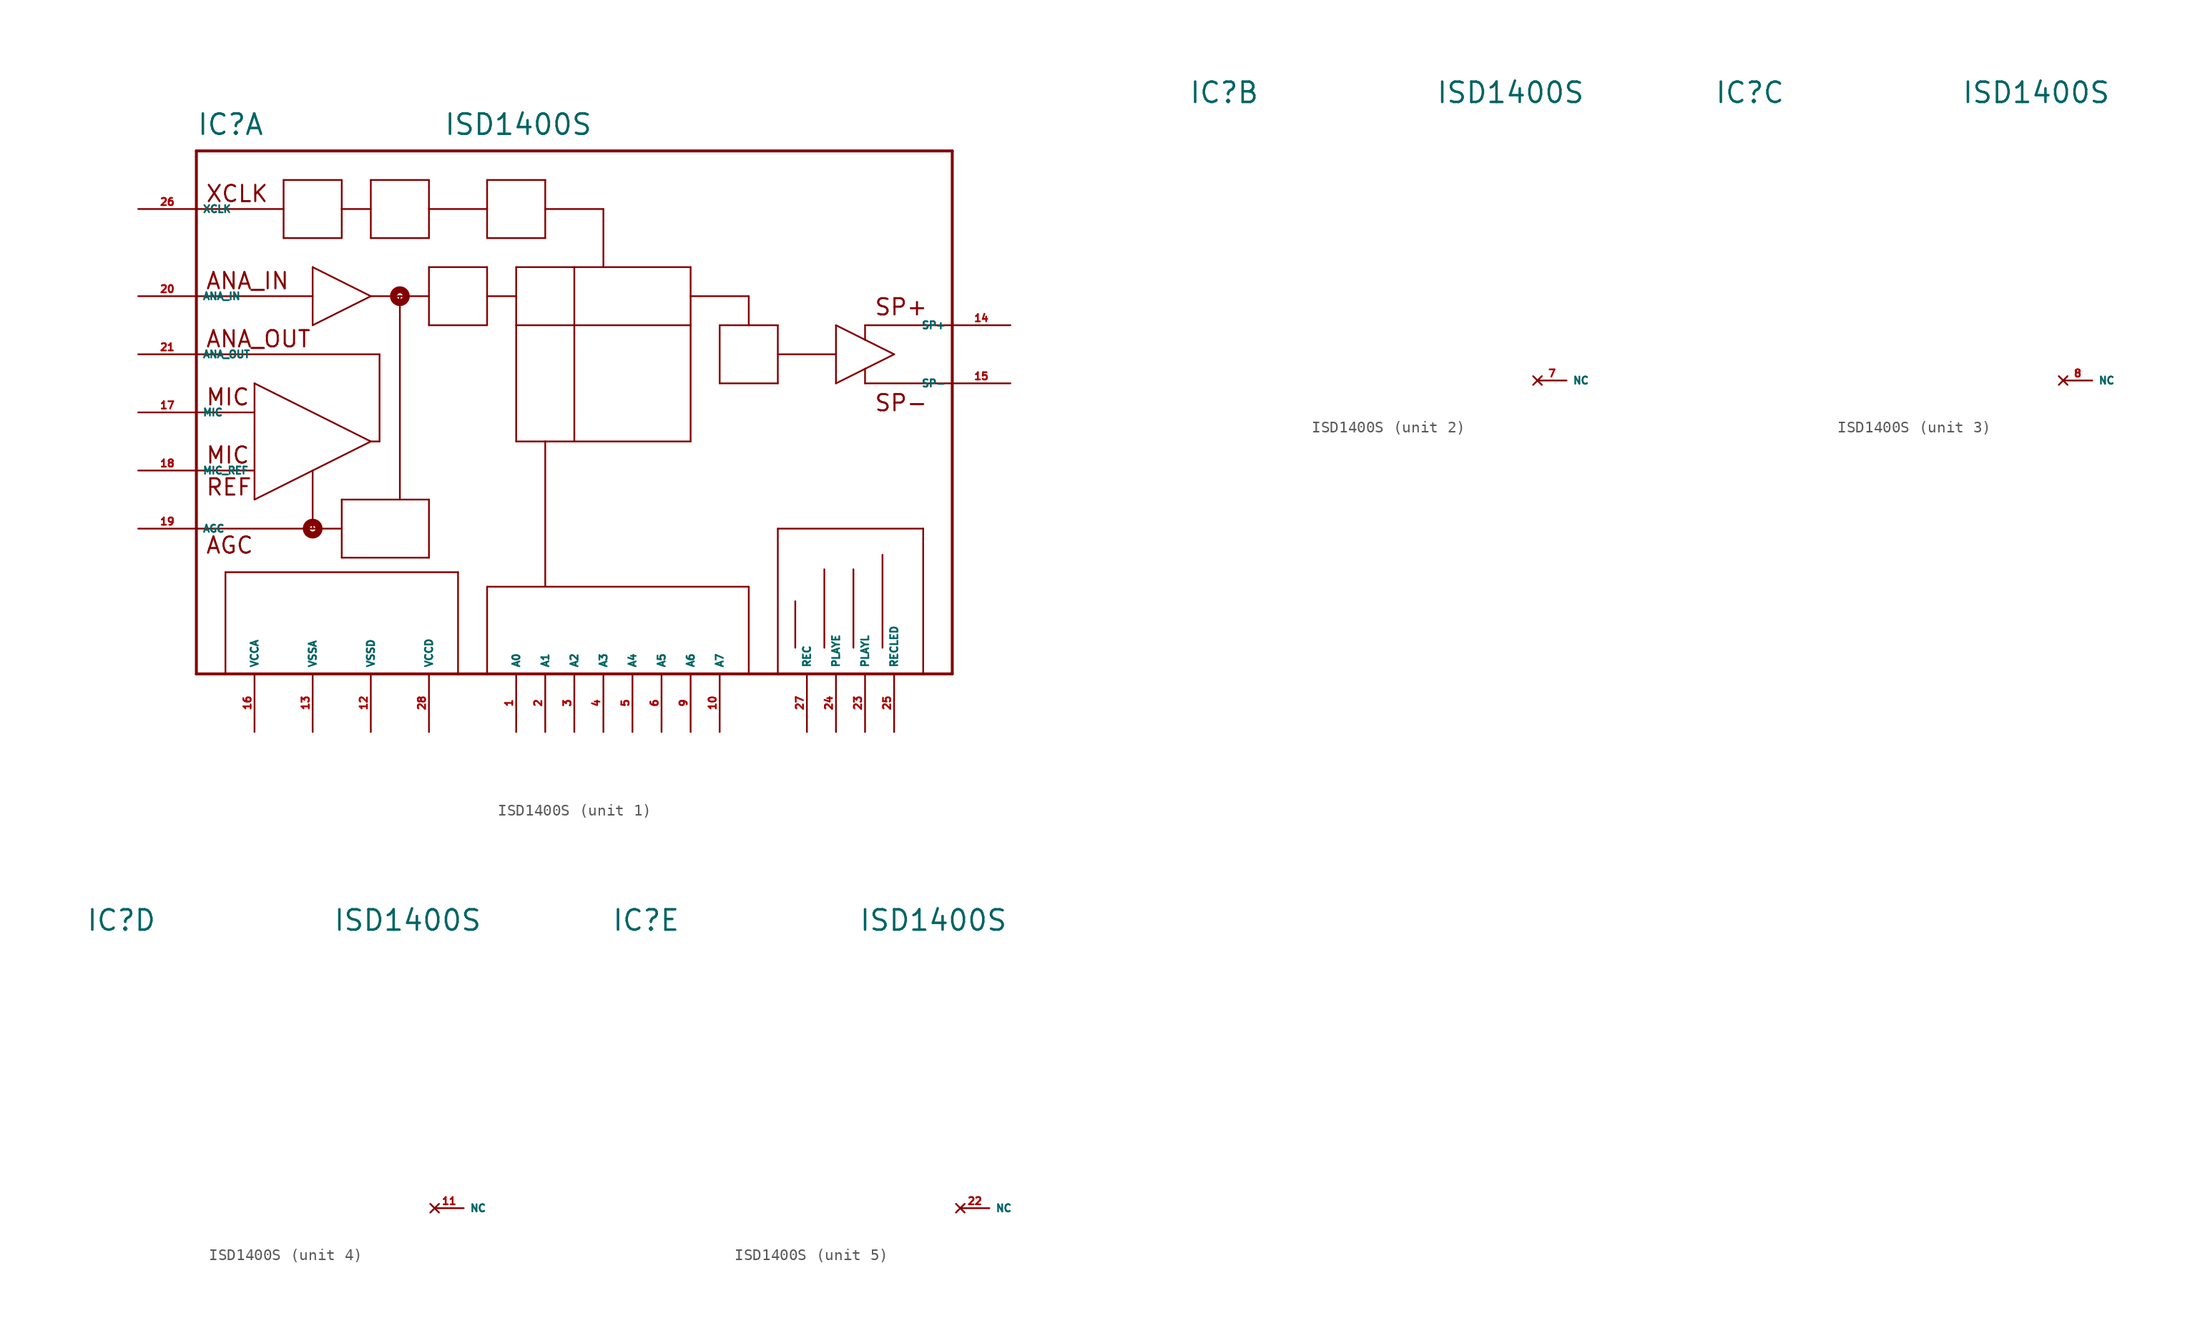
<source format=kicad_sym>
(kicad_symbol_lib
  (version 20220914)
  (generator Eagle2Kicad)
  (symbol "ISD1400S"
    (property "Reference" "IC"
      (at -33.02 24.13 0)
      (effects (font (size 1.778 1.778) (thickness 0.22)) (justify left bottom)))
    (property "Value" "ISD1400S"
      (at -11.43 24.13 0)
      (effects (font (size 1.778 1.778) (thickness 0.22)) (justify left bottom)))
    (symbol "ISD1400S_1_0"
      (polyline (pts (xy -33.02 22.86) (xy -33.02 17.78)) (stroke (width 0.254) (type default)) (fill (type none)))
      (polyline (pts (xy -33.02 17.78) (xy -33.02 10.16)) (stroke (width 0.254) (type default)) (fill (type none)))
      (polyline (pts (xy -33.02 10.16) (xy -33.02 5.08)) (stroke (width 0.254) (type default)) (fill (type none)))
      (polyline (pts (xy -33.02 5.08) (xy -33.02 0)) (stroke (width 0.254) (type default)) (fill (type none)))
      (polyline (pts (xy -33.02 0) (xy -33.02 -5.08)) (stroke (width 0.254) (type default)) (fill (type none)))
      (polyline (pts (xy -33.02 -5.08) (xy -33.02 -10.16)) (stroke (width 0.254) (type default)) (fill (type none)))
      (polyline (pts (xy -33.02 -10.16) (xy -33.02 -22.86)) (stroke (width 0.254) (type default)) (fill (type none)))
      (polyline (pts (xy -33.02 -22.86) (xy -30.48 -22.86)) (stroke (width 0.254) (type default)) (fill (type none)))
      (polyline (pts (xy -30.48 -22.86) (xy -10.16 -22.86)) (stroke (width 0.254) (type default)) (fill (type none)))
      (polyline (pts (xy -10.16 -22.86) (xy -7.62 -22.86)) (stroke (width 0.254) (type default)) (fill (type none)))
      (polyline (pts (xy -7.62 -22.86) (xy 15.24 -22.86)) (stroke (width 0.254) (type default)) (fill (type none)))
      (polyline (pts (xy 15.24 -22.86) (xy 17.78 -22.86)) (stroke (width 0.254) (type default)) (fill (type none)))
      (polyline (pts (xy 17.78 -22.86) (xy 30.48 -22.86)) (stroke (width 0.254) (type default)) (fill (type none)))
      (polyline (pts (xy 30.48 -22.86) (xy 33.02 -22.86)) (stroke (width 0.254) (type default)) (fill (type none)))
      (polyline (pts (xy 33.02 -22.86) (xy 33.02 2.54)) (stroke (width 0.254) (type default)) (fill (type none)))
      (polyline (pts (xy 33.02 2.54) (xy 33.02 7.62)) (stroke (width 0.254) (type default)) (fill (type none)))
      (polyline (pts (xy 33.02 7.62) (xy 33.02 22.86)) (stroke (width 0.254) (type default)) (fill (type none)))
      (polyline (pts (xy 33.02 22.86) (xy -33.02 22.86)) (stroke (width 0.254) (type default)) (fill (type none)))
      (polyline (pts (xy -33.02 17.78) (xy -25.4 17.78)) (stroke (width 0.152) (type default)) (fill (type none)))
      (polyline (pts (xy -33.02 10.16) (xy -22.86 10.16)) (stroke (width 0.152) (type default)) (fill (type none)))
      (polyline (pts (xy -22.86 10.16) (xy -22.86 12.7)) (stroke (width 0.152) (type default)) (fill (type none)))
      (polyline (pts (xy -22.86 12.7) (xy -17.78 10.16)) (stroke (width 0.152) (type default)) (fill (type none)))
      (polyline (pts (xy -17.78 10.16) (xy -22.86 7.62)) (stroke (width 0.152) (type default)) (fill (type none)))
      (polyline (pts (xy -22.86 7.62) (xy -22.86 10.16)) (stroke (width 0.152) (type default)) (fill (type none)))
      (polyline (pts (xy -33.02 0) (xy -27.94 0)) (stroke (width 0.152) (type default)) (fill (type none)))
      (polyline (pts (xy -33.02 -5.08) (xy -27.94 -5.08)) (stroke (width 0.152) (type default)) (fill (type none)))
      (polyline (pts (xy -27.94 2.54) (xy -27.94 -7.62)) (stroke (width 0.152) (type default)) (fill (type none)))
      (polyline (pts (xy -27.94 -7.62) (xy -22.86 -5.08)) (stroke (width 0.152) (type default)) (fill (type none)))
      (polyline (pts (xy -22.86 -5.08) (xy -17.78 -2.54)) (stroke (width 0.152) (type default)) (fill (type none)))
      (polyline (pts (xy -17.78 -2.54) (xy -27.94 2.54)) (stroke (width 0.152) (type default)) (fill (type none)))
      (polyline (pts (xy -17.78 -2.54) (xy -17.018 -2.54)) (stroke (width 0.152) (type default)) (fill (type none)))
      (polyline (pts (xy -17.018 -2.54) (xy -17.018 5.08)) (stroke (width 0.152) (type default)) (fill (type none)))
      (polyline (pts (xy -17.018 5.08) (xy -33.02 5.08)) (stroke (width 0.152) (type default)) (fill (type none)))
      (polyline (pts (xy -33.02 -10.16) (xy -22.86 -10.16)) (stroke (width 0.152) (type default)) (fill (type none)))
      (polyline (pts (xy -22.86 -10.16) (xy -20.32 -10.16)) (stroke (width 0.152) (type default)) (fill (type none)))
      (polyline (pts (xy -22.86 -5.08) (xy -22.86 -10.16)) (stroke (width 0.152) (type default)) (fill (type none)))
      (polyline (pts (xy -20.32 -7.62) (xy -20.32 -12.7)) (stroke (width 0.152) (type default)) (fill (type none)))
      (polyline (pts (xy -20.32 -12.7) (xy -12.7 -12.7)) (stroke (width 0.152) (type default)) (fill (type none)))
      (polyline (pts (xy -12.7 -12.7) (xy -12.7 -7.62)) (stroke (width 0.152) (type default)) (fill (type none)))
      (polyline (pts (xy -12.7 -7.62) (xy -15.24 -7.62)) (stroke (width 0.152) (type default)) (fill (type none)))
      (polyline (pts (xy -15.24 -7.62) (xy -20.32 -7.62)) (stroke (width 0.152) (type default)) (fill (type none)))
      (polyline (pts (xy -15.24 -7.62) (xy -15.24 10.16)) (stroke (width 0.152) (type default)) (fill (type none)))
      (polyline (pts (xy -15.24 10.16) (xy -17.78 10.16)) (stroke (width 0.152) (type default)) (fill (type none)))
      (polyline (pts (xy -15.24 10.16) (xy -12.7 10.16)) (stroke (width 0.152) (type default)) (fill (type none)))
      (polyline (pts (xy -12.7 12.7) (xy -12.7 7.62)) (stroke (width 0.152) (type default)) (fill (type none)))
      (polyline (pts (xy -12.7 7.62) (xy -7.62 7.62)) (stroke (width 0.152) (type default)) (fill (type none)))
      (polyline (pts (xy -7.62 7.62) (xy -7.62 10.16)) (stroke (width 0.152) (type default)) (fill (type none)))
      (polyline (pts (xy -7.62 10.16) (xy -7.62 12.7)) (stroke (width 0.152) (type default)) (fill (type none)))
      (polyline (pts (xy -7.62 12.7) (xy -12.7 12.7)) (stroke (width 0.152) (type default)) (fill (type none)))
      (polyline (pts (xy -25.4 20.32) (xy -25.4 15.24)) (stroke (width 0.152) (type default)) (fill (type none)))
      (polyline (pts (xy -25.4 15.24) (xy -20.32 15.24)) (stroke (width 0.152) (type default)) (fill (type none)))
      (polyline (pts (xy -20.32 15.24) (xy -20.32 17.78)) (stroke (width 0.152) (type default)) (fill (type none)))
      (polyline (pts (xy -20.32 17.78) (xy -20.32 20.32)) (stroke (width 0.152) (type default)) (fill (type none)))
      (polyline (pts (xy -20.32 20.32) (xy -25.4 20.32)) (stroke (width 0.152) (type default)) (fill (type none)))
      (polyline (pts (xy -20.32 17.78) (xy -17.78 17.78)) (stroke (width 0.152) (type default)) (fill (type none)))
      (polyline (pts (xy -17.78 20.32) (xy -17.78 15.24)) (stroke (width 0.152) (type default)) (fill (type none)))
      (polyline (pts (xy -17.78 15.24) (xy -12.7 15.24)) (stroke (width 0.152) (type default)) (fill (type none)))
      (polyline (pts (xy -12.7 15.24) (xy -12.7 17.78)) (stroke (width 0.152) (type default)) (fill (type none)))
      (polyline (pts (xy -12.7 17.78) (xy -12.7 20.32)) (stroke (width 0.152) (type default)) (fill (type none)))
      (polyline (pts (xy -12.7 20.32) (xy -17.78 20.32)) (stroke (width 0.152) (type default)) (fill (type none)))
      (polyline (pts (xy -12.7 17.78) (xy -7.62 17.78)) (stroke (width 0.152) (type default)) (fill (type none)))
      (polyline (pts (xy -7.62 20.32) (xy -7.62 15.24)) (stroke (width 0.152) (type default)) (fill (type none)))
      (polyline (pts (xy -7.62 15.24) (xy -2.54 15.24)) (stroke (width 0.152) (type default)) (fill (type none)))
      (polyline (pts (xy -2.54 15.24) (xy -2.54 17.78)) (stroke (width 0.152) (type default)) (fill (type none)))
      (polyline (pts (xy -2.54 17.78) (xy -2.54 20.32)) (stroke (width 0.152) (type default)) (fill (type none)))
      (polyline (pts (xy -2.54 20.32) (xy -7.62 20.32)) (stroke (width 0.152) (type default)) (fill (type none)))
      (polyline (pts (xy -2.54 17.78) (xy 2.54 17.78)) (stroke (width 0.152) (type default)) (fill (type none)))
      (polyline (pts (xy 2.54 17.78) (xy 2.54 12.7)) (stroke (width 0.152) (type default)) (fill (type none)))
      (polyline (pts (xy -5.08 12.7) (xy -5.08 10.16)) (stroke (width 0.152) (type default)) (fill (type none)))
      (polyline (pts (xy -5.08 10.16) (xy -5.08 7.62)) (stroke (width 0.152) (type default)) (fill (type none)))
      (polyline (pts (xy -5.08 7.62) (xy -5.08 -2.54)) (stroke (width 0.152) (type default)) (fill (type none)))
      (polyline (pts (xy -5.08 -2.54) (xy -2.54 -2.54)) (stroke (width 0.152) (type default)) (fill (type none)))
      (polyline (pts (xy -2.54 -2.54) (xy 0 -2.54)) (stroke (width 0.152) (type default)) (fill (type none)))
      (polyline (pts (xy 0 -2.54) (xy 10.16 -2.54)) (stroke (width 0.152) (type default)) (fill (type none)))
      (polyline (pts (xy 10.16 -2.54) (xy 10.16 7.62)) (stroke (width 0.152) (type default)) (fill (type none)))
      (polyline (pts (xy 10.16 7.62) (xy 10.16 10.16)) (stroke (width 0.152) (type default)) (fill (type none)))
      (polyline (pts (xy 10.16 10.16) (xy 10.16 12.7)) (stroke (width 0.152) (type default)) (fill (type none)))
      (polyline (pts (xy 10.16 12.7) (xy 0 12.7)) (stroke (width 0.152) (type default)) (fill (type none)))
      (polyline (pts (xy 0 12.7) (xy -5.08 12.7)) (stroke (width 0.152) (type default)) (fill (type none)))
      (polyline (pts (xy 0 12.7) (xy 0 -2.54)) (stroke (width 0.152) (type default)) (fill (type none)))
      (polyline (pts (xy -5.08 7.62) (xy 10.16 7.62)) (stroke (width 0.152) (type default)) (fill (type none)))
      (polyline (pts (xy -10.16 -22.86) (xy -10.16 -13.97)) (stroke (width 0.152) (type default)) (fill (type none)))
      (polyline (pts (xy -10.16 -13.97) (xy -30.48 -13.97)) (stroke (width 0.152) (type default)) (fill (type none)))
      (polyline (pts (xy -30.48 -13.97) (xy -30.48 -22.86)) (stroke (width 0.152) (type default)) (fill (type none)))
      (polyline (pts (xy -7.62 -22.86) (xy -7.62 -15.24)) (stroke (width 0.152) (type default)) (fill (type none)))
      (polyline (pts (xy -7.62 -15.24) (xy -2.54 -15.24)) (stroke (width 0.152) (type default)) (fill (type none)))
      (polyline (pts (xy -2.54 -15.24) (xy 15.24 -15.24)) (stroke (width 0.152) (type default)) (fill (type none)))
      (polyline (pts (xy 15.24 -15.24) (xy 15.24 -22.86)) (stroke (width 0.152) (type default)) (fill (type none)))
      (polyline (pts (xy 17.78 -22.86) (xy 17.78 -10.16)) (stroke (width 0.152) (type default)) (fill (type none)))
      (polyline (pts (xy 22.86 7.62) (xy 22.86 5.08)) (stroke (width 0.152) (type default)) (fill (type none)))
      (polyline (pts (xy 22.86 5.08) (xy 22.86 2.54)) (stroke (width 0.152) (type default)) (fill (type none)))
      (polyline (pts (xy 22.86 2.54) (xy 25.4 3.81)) (stroke (width 0.152) (type default)) (fill (type none)))
      (polyline (pts (xy 25.4 3.81) (xy 27.94 5.08)) (stroke (width 0.152) (type default)) (fill (type none)))
      (polyline (pts (xy 27.94 5.08) (xy 25.4 6.35)) (stroke (width 0.152) (type default)) (fill (type none)))
      (polyline (pts (xy 25.4 6.35) (xy 22.86 7.62)) (stroke (width 0.152) (type default)) (fill (type none)))
      (polyline (pts (xy 22.86 5.08) (xy 17.78 5.08)) (stroke (width 0.152) (type default)) (fill (type none)))
      (polyline (pts (xy 17.78 7.62) (xy 17.78 2.54)) (stroke (width 0.152) (type default)) (fill (type none)))
      (polyline (pts (xy 17.78 2.54) (xy 12.7 2.54)) (stroke (width 0.152) (type default)) (fill (type none)))
      (polyline (pts (xy 12.7 2.54) (xy 12.7 7.62)) (stroke (width 0.152) (type default)) (fill (type none)))
      (polyline (pts (xy 12.7 7.62) (xy 15.24 7.62)) (stroke (width 0.152) (type default)) (fill (type none)))
      (polyline (pts (xy 15.24 7.62) (xy 17.78 7.62)) (stroke (width 0.152) (type default)) (fill (type none)))
      (polyline (pts (xy 10.16 10.16) (xy 15.24 10.16)) (stroke (width 0.152) (type default)) (fill (type none)))
      (polyline (pts (xy 15.24 10.16) (xy 15.24 7.62)) (stroke (width 0.152) (type default)) (fill (type none)))
      (polyline (pts (xy 17.78 -10.16) (xy 30.48 -10.16)) (stroke (width 0.152) (type default)) (fill (type none)))
      (polyline (pts (xy 30.48 -10.16) (xy 30.48 -22.86)) (stroke (width 0.152) (type default)) (fill (type none)))
      (polyline (pts (xy -7.62 10.16) (xy -5.08 10.16)) (stroke (width 0.152) (type default)) (fill (type none)))
      (polyline (pts (xy -2.54 -2.54) (xy -2.54 -15.24)) (stroke (width 0.152) (type default)) (fill (type none)))
      (polyline (pts (xy 25.4 7.62) (xy 33.02 7.62)) (stroke (width 0.152) (type default)) (fill (type none)))
      (polyline (pts (xy 25.4 2.54) (xy 33.02 2.54)) (stroke (width 0.152) (type default)) (fill (type none)))
      (polyline (pts (xy 25.4 7.62) (xy 25.4 6.35)) (stroke (width 0.152) (type default)) (fill (type none)))
      (polyline (pts (xy 25.4 2.54) (xy 25.4 3.81)) (stroke (width 0.152) (type default)) (fill (type none)))
      (polyline (pts (xy 19.304 -20.574) (xy 19.304 -16.51)) (stroke (width 0.152) (type default)) (fill (type none)))
      (polyline (pts (xy 21.844 -20.574) (xy 21.844 -13.716)) (stroke (width 0.152) (type default)) (fill (type none)))
      (polyline (pts (xy 24.384 -20.574) (xy 24.384 -13.716)) (stroke (width 0.152) (type default)) (fill (type none)))
      (polyline (pts (xy 26.924 -20.574) (xy 26.924 -12.446)) (stroke (width 0.152) (type default)) (fill (type none)))
      (text "XCLK" (at -32.258 18.288 0) (effects (font (size 1.422 1.422) (thickness 0.18)) (justify left bottom)))
      (text "ANA_IN" (at -32.258 10.668 0) (effects (font (size 1.422 1.422) (thickness 0.18)) (justify left bottom)))
      (text "ANA_OUT" (at -32.258 5.588 0) (effects (font (size 1.422 1.422) (thickness 0.18)) (justify left bottom)))
      (text "MIC" (at -32.258 0.508 0) (effects (font (size 1.422 1.422) (thickness 0.18)) (justify left bottom)))
      (text "MIC " (at -32.258 -4.572 0) (effects (font (size 1.422 1.422) (thickness 0.18)) (justify left bottom)))
      (text "REF" (at -32.258 -7.366 0) (effects (font (size 1.422 1.422) (thickness 0.18)) (justify left bottom)))
      (text "AGC" (at -32.258 -12.446 0) (effects (font (size 1.422 1.422) (thickness 0.18)) (justify left bottom)))
      (text "SP+" (at 26.162 8.382 0) (effects (font (size 1.422 1.422) (thickness 0.18)) (justify left bottom)))
      (text "SP-" (at 26.162 0 0) (effects (font (size 1.422 1.422) (thickness 0.18)) (justify left bottom)))
      (circle (center -22.86 -10.16) (radius 0.254) (stroke (width 0.61) (type default)) (fill (type none)))
      (circle (center -15.24 10.16) (radius 0.254) (stroke (width 0.61) (type default)) (fill (type none)))
      (pin input line (at -38.1 17.78 0) (length 5.08) (name "XCLK" (effects (font (size 0.635 0.635) (thickness 0.08)) (justify left bottom))) (number "26" (effects (font (size 0.635 0.635) (thickness 0.08)) (justify left bottom))))
      (pin input line (at -38.1 10.16 0) (length 5.08) (name "ANA_IN" (effects (font (size 0.635 0.635) (thickness 0.08)) (justify left bottom))) (number "20" (effects (font (size 0.635 0.635) (thickness 0.08)) (justify left bottom))))
      (pin output line (at -38.1 5.08 0) (length 5.08) (name "ANA_OUT" (effects (font (size 0.635 0.635) (thickness 0.08)) (justify left bottom))) (number "21" (effects (font (size 0.635 0.635) (thickness 0.08)) (justify left bottom))))
      (pin input line (at -38.1 0 0) (length 5.08) (name "MIC" (effects (font (size 0.635 0.635) (thickness 0.08)) (justify left bottom))) (number "17" (effects (font (size 0.635 0.635) (thickness 0.08)) (justify left bottom))))
      (pin input line (at -38.1 -5.08 0) (length 5.08) (name "MIC_REF" (effects (font (size 0.635 0.635) (thickness 0.08)) (justify left bottom))) (number "18" (effects (font (size 0.635 0.635) (thickness 0.08)) (justify left bottom))))
      (pin passive line (at -38.1 -10.16 0) (length 5.08) (name "AGC" (effects (font (size 0.635 0.635) (thickness 0.08)) (justify left bottom))) (number "19" (effects (font (size 0.635 0.635) (thickness 0.08)) (justify left bottom))))
      (pin unspecified line (at -27.94 -27.94 90) (length 5.08) (name "VCCA" (effects (font (size 0.635 0.635) (thickness 0.08)) (justify left bottom))) (number "16" (effects (font (size 0.635 0.635) (thickness 0.08)) (justify left bottom))))
      (pin unspecified line (at -22.86 -27.94 90) (length 5.08) (name "VSSA" (effects (font (size 0.635 0.635) (thickness 0.08)) (justify left bottom))) (number "13" (effects (font (size 0.635 0.635) (thickness 0.08)) (justify left bottom))))
      (pin unspecified line (at -17.78 -27.94 90) (length 5.08) (name "VSSD" (effects (font (size 0.635 0.635) (thickness 0.08)) (justify left bottom))) (number "12" (effects (font (size 0.635 0.635) (thickness 0.08)) (justify left bottom))))
      (pin unspecified line (at -12.7 -27.94 90) (length 5.08) (name "VCCD" (effects (font (size 0.635 0.635) (thickness 0.08)) (justify left bottom))) (number "28" (effects (font (size 0.635 0.635) (thickness 0.08)) (justify left bottom))))
      (pin output line (at -5.08 -27.94 90) (length 5.08) (name "A0" (effects (font (size 0.635 0.635) (thickness 0.08)) (justify left bottom))) (number "1" (effects (font (size 0.635 0.635) (thickness 0.08)) (justify left bottom))))
      (pin output line (at -2.54 -27.94 90) (length 5.08) (name "A1" (effects (font (size 0.635 0.635) (thickness 0.08)) (justify left bottom))) (number "2" (effects (font (size 0.635 0.635) (thickness 0.08)) (justify left bottom))))
      (pin output line (at 0 -27.94 90) (length 5.08) (name "A2" (effects (font (size 0.635 0.635) (thickness 0.08)) (justify left bottom))) (number "3" (effects (font (size 0.635 0.635) (thickness 0.08)) (justify left bottom))))
      (pin output line (at 2.54 -27.94 90) (length 5.08) (name "A3" (effects (font (size 0.635 0.635) (thickness 0.08)) (justify left bottom))) (number "4" (effects (font (size 0.635 0.635) (thickness 0.08)) (justify left bottom))))
      (pin output line (at 5.08 -27.94 90) (length 5.08) (name "A4" (effects (font (size 0.635 0.635) (thickness 0.08)) (justify left bottom))) (number "5" (effects (font (size 0.635 0.635) (thickness 0.08)) (justify left bottom))))
      (pin output line (at 7.62 -27.94 90) (length 5.08) (name "A5" (effects (font (size 0.635 0.635) (thickness 0.08)) (justify left bottom))) (number "6" (effects (font (size 0.635 0.635) (thickness 0.08)) (justify left bottom))))
      (pin output line (at 10.16 -27.94 90) (length 5.08) (name "A6" (effects (font (size 0.635 0.635) (thickness 0.08)) (justify left bottom))) (number "9" (effects (font (size 0.635 0.635) (thickness 0.08)) (justify left bottom))))
      (pin output line (at 12.7 -27.94 90) (length 5.08) (name "A7" (effects (font (size 0.635 0.635) (thickness 0.08)) (justify left bottom))) (number "10" (effects (font (size 0.635 0.635) (thickness 0.08)) (justify left bottom))))
      (pin input line (at 20.32 -27.94 90) (length 5.08) (name "REC" (effects (font (size 0.635 0.635) (thickness 0.08)) (justify left bottom))) (number "27" (effects (font (size 0.635 0.635) (thickness 0.08)) (justify left bottom))))
      (pin input line (at 22.86 -27.94 90) (length 5.08) (name "PLAYE" (effects (font (size 0.635 0.635) (thickness 0.08)) (justify left bottom))) (number "24" (effects (font (size 0.635 0.635) (thickness 0.08)) (justify left bottom))))
      (pin input line (at 25.4 -27.94 90) (length 5.08) (name "PLAYL" (effects (font (size 0.635 0.635) (thickness 0.08)) (justify left bottom))) (number "23" (effects (font (size 0.635 0.635) (thickness 0.08)) (justify left bottom))))
      (pin output line (at 27.94 -27.94 90) (length 5.08) (name "RECLED" (effects (font (size 0.635 0.635) (thickness 0.08)) (justify left bottom))) (number "25" (effects (font (size 0.635 0.635) (thickness 0.08)) (justify left bottom))))
      (pin output line (at 38.1 2.54 180) (length 5.08) (name "SP-" (effects (font (size 0.635 0.635) (thickness 0.08)) (justify left bottom))) (number "15" (effects (font (size 0.635 0.635) (thickness 0.08)) (justify left bottom))))
      (pin output line (at 38.1 7.62 180) (length 5.08) (name "SP+" (effects (font (size 0.635 0.635) (thickness 0.08)) (justify left bottom))) (number "14" (effects (font (size 0.635 0.635) (thickness 0.08)) (justify left bottom)))))
    (symbol "ISD1400S_2_0"
      (pin no_connect line (at -2.54 0 0) (length 2.54) (name "NC" (effects (font (size 0.635 0.635) (thickness 0.08)) (justify left bottom) hide)) (number "7" (effects (font (size 0.635 0.635) (thickness 0.08)) (justify left bottom) hide))))
    (symbol "ISD1400S_3_0"
      (pin no_connect line (at -2.54 0 0) (length 2.54) (name "NC" (effects (font (size 0.635 0.635) (thickness 0.08)) (justify left bottom) hide)) (number "8" (effects (font (size 0.635 0.635) (thickness 0.08)) (justify left bottom) hide))))
    (symbol "ISD1400S_4_0"
      (pin no_connect line (at -2.54 0 0) (length 2.54) (name "NC" (effects (font (size 0.635 0.635) (thickness 0.08)) (justify left bottom) hide)) (number "11" (effects (font (size 0.635 0.635) (thickness 0.08)) (justify left bottom) hide))))
    (symbol "ISD1400S_5_0"
      (pin no_connect line (at -2.54 0 0) (length 2.54) (name "NC" (effects (font (size 0.635 0.635) (thickness 0.08)) (justify left bottom) hide)) (number "22" (effects (font (size 0.635 0.635) (thickness 0.08)) (justify left bottom) hide))))))
</source>
